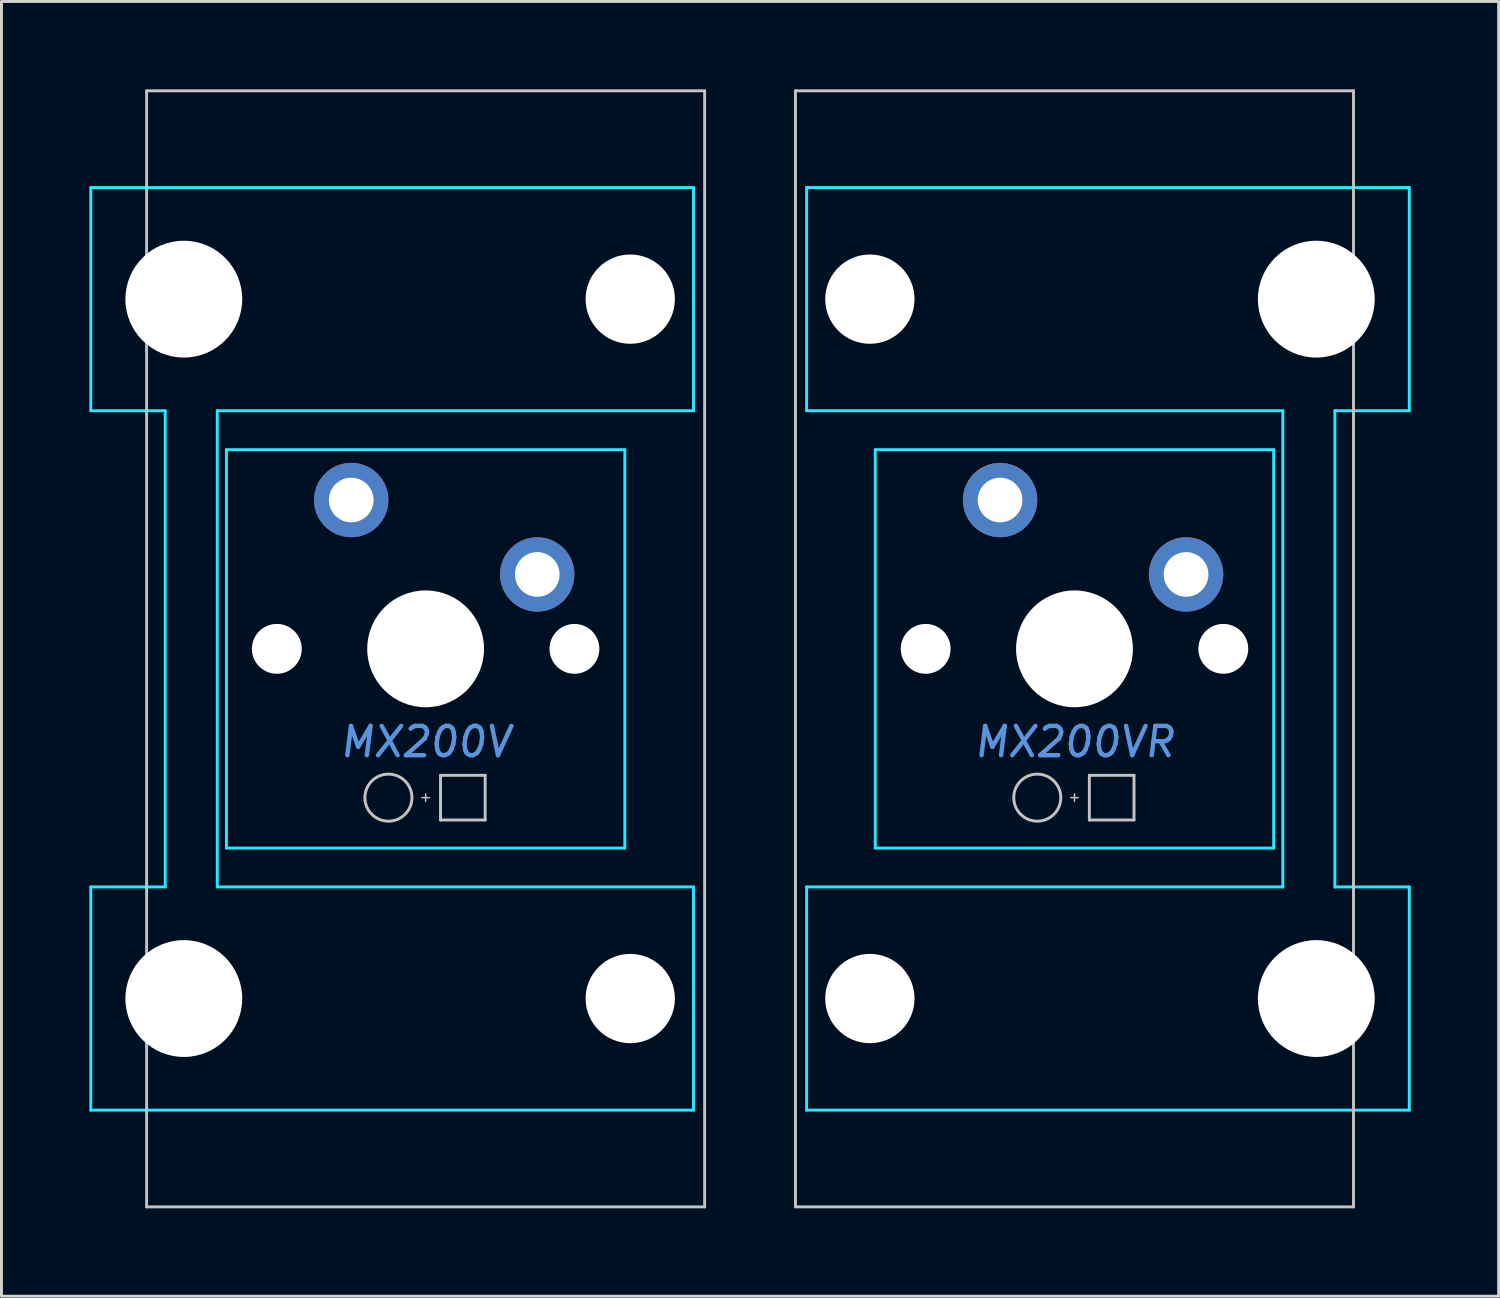
<source format=kicad_pcb>
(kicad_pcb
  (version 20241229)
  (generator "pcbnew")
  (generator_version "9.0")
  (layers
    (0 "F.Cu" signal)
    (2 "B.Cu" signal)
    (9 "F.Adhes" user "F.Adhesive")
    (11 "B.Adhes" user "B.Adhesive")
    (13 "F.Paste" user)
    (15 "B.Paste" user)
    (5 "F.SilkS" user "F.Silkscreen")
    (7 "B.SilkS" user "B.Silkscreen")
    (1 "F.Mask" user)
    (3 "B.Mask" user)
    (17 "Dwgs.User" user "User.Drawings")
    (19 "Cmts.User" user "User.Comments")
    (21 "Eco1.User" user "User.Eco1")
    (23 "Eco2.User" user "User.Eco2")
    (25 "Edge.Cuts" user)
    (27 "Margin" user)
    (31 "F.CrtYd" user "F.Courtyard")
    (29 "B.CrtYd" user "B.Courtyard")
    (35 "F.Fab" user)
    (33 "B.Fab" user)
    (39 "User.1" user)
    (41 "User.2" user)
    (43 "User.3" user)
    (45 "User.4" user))
  (footprint "MX200VR"
    (layer "F.Cu")
    (at 33.63 19.1)
    (property "Reference" "MX200VR" (at 0 3.175 0) (layer "Cmts.User") (effects (font (size 1 1) (thickness 0.15) (italic yes))))
    (attr through_hole)
    (fp_line (start -9.525 -19.05) (end -9.525 19.05) (stroke (width 0.1) (type solid)) (layer "Dwgs.User"))
    (fp_line (start -0.127 5.08) (end 0.127 5.08) (stroke (width 0.05) (type solid)) (layer "Dwgs.User"))
    (fp_line (start 0 5.207) (end 0 4.953) (stroke (width 0.05) (type solid)) (layer "Dwgs.User"))
    (fp_line (start 0.508 4.318) (end 0.508 5.842) (stroke (width 0.1) (type solid)) (layer "Dwgs.User"))
    (fp_line (start 0.508 4.318) (end 2.032 4.318) (stroke (width 0.1) (type solid)) (layer "Dwgs.User"))
    (fp_line (start 0.508 5.842) (end 2.032 5.842) (stroke (width 0.1) (type solid)) (layer "Dwgs.User"))
    (fp_line (start 2.032 5.842) (end 2.032 4.318) (stroke (width 0.1) (type solid)) (layer "Dwgs.User"))
    (fp_line (start 9.525 -19.05) (end -9.525 -19.05) (stroke (width 0.1) (type solid)) (layer "Dwgs.User"))
    (fp_line (start 9.525 -19.05) (end 9.525 19.05) (stroke (width 0.1) (type solid)) (layer "Dwgs.User"))
    (fp_line (start 9.525 19.05) (end -9.525 19.05) (stroke (width 0.1) (type solid)) (layer "Dwgs.User"))
    (fp_circle (center -1.27 5.08) (end -0.467 5.08) (stroke (width 0.1) (type solid)) (fill no) (layer "Dwgs.User"))
    (fp_line (start -7 -6.5) (end -7 6.5) (stroke (width 0.1) (type solid)) (layer "Eco1.User"))
    (fp_line (start -6.5 7) (end 6.5 7) (stroke (width 0.1) (type solid)) (layer "Eco1.User"))
    (fp_line (start -5.985 -8.938) (end -5.985 -14.938) (stroke (width 0.1) (type solid)) (layer "Eco1.User"))
    (fp_line (start -5.985 14.938) (end -5.985 8.938) (stroke (width 0.1) (type solid)) (layer "Eco1.User"))
    (fp_line (start -5.485 -8.438) (end 8.515 -8.438) (stroke (width 0.1) (type solid)) (layer "Eco1.User"))
    (fp_line (start -5.485 15.438) (end 8.515 15.438) (stroke (width 0.1) (type solid)) (layer "Eco1.User"))
    (fp_line (start 6.5 -7) (end -6.5 -7) (stroke (width 0.1) (type solid)) (layer "Eco1.User"))
    (fp_line (start 7 6.5) (end 7 -6.5) (stroke (width 0.1) (type solid)) (layer "Eco1.User"))
    (fp_line (start 8.515 -15.438) (end -5.485 -15.438) (stroke (width 0.1) (type solid)) (layer "Eco1.User"))
    (fp_line (start 8.515 8.438) (end -5.485 8.438) (stroke (width 0.1) (type solid)) (layer "Eco1.User"))
    (fp_line (start 9.015 -14.938) (end 9.015 -8.938) (stroke (width 0.1) (type solid)) (layer "Eco1.User"))
    (fp_line (start 9.015 8.938) (end 9.015 14.938) (stroke (width 0.1) (type solid)) (layer "Eco1.User"))
    (fp_arc (start -7 -6.5) (mid -6.853553 -6.853553) (end -6.5 -7) (stroke (width 0.1) (type solid)) (layer "Eco1.User"))
    (fp_arc (start -6.5 7) (mid -6.853553 6.853553) (end -7 6.5) (stroke (width 0.1) (type solid)) (layer "Eco1.User"))
    (fp_arc (start -5.985 -14.938) (mid -5.838553 -15.291553) (end -5.485 -15.438) (stroke (width 0.1) (type solid)) (layer "Eco1.User"))
    (fp_arc (start -5.985 8.938) (mid -5.838553 8.584447) (end -5.485 8.438) (stroke (width 0.1) (type solid)) (layer "Eco1.User"))
    (fp_arc (start -5.485 -8.438) (mid -5.838553 -8.584447) (end -5.985 -8.938) (stroke (width 0.1) (type solid)) (layer "Eco1.User"))
    (fp_arc (start -5.485 15.438) (mid -5.838553 15.291553) (end -5.985 14.938) (stroke (width 0.1) (type solid)) (layer "Eco1.User"))
    (fp_arc (start 6.5 -7) (mid 6.853553 -6.853553) (end 7 -6.5) (stroke (width 0.1) (type solid)) (layer "Eco1.User"))
    (fp_arc (start 7 6.5) (mid 6.853553 6.853553) (end 6.5 7) (stroke (width 0.1) (type solid)) (layer "Eco1.User"))
    (fp_arc (start 8.515 -15.438) (mid 8.868553 -15.291553) (end 9.015 -14.938) (stroke (width 0.1) (type solid)) (layer "Eco1.User"))
    (fp_arc (start 8.515 8.438) (mid 8.868553 8.584447) (end 9.015 8.938) (stroke (width 0.1) (type solid)) (layer "Eco1.User"))
    (fp_arc (start 9.015 -8.938) (mid 8.868553 -8.584447) (end 8.515 -8.438) (stroke (width 0.1) (type solid)) (layer "Eco1.User"))
    (fp_arc (start 9.015 14.938) (mid 8.868553 15.291553) (end 8.515 15.438) (stroke (width 0.1) (type solid)) (layer "Eco1.User"))
    (fp_line (start -9.144 -15.748) (end 11.43 -15.748) (stroke (width 0.1) (type solid)) (layer "B.CrtYd"))
    (fp_line (start -9.144 -8.128) (end -9.144 -15.748) (stroke (width 0.1) (type solid)) (layer "B.CrtYd"))
    (fp_line (start -9.144 -8.128) (end 7.112 -8.128) (stroke (width 0.1) (type solid)) (layer "B.CrtYd"))
    (fp_line (start -9.144 8.128) (end 7.112 8.128) (stroke (width 0.1) (type solid)) (layer "B.CrtYd"))
    (fp_line (start -9.144 15.748) (end -9.144 8.128) (stroke (width 0.1) (type solid)) (layer "B.CrtYd"))
    (fp_line (start -6.8 6.8) (end -6.8 -6.8) (stroke (width 0.1) (type solid)) (layer "B.CrtYd"))
    (fp_line (start 6.8 -6.8) (end -6.8 -6.8) (stroke (width 0.1) (type solid)) (layer "B.CrtYd"))
    (fp_line (start 6.8 6.8) (end -6.8 6.8) (stroke (width 0.1) (type solid)) (layer "B.CrtYd"))
    (fp_line (start 6.8 6.8) (end 6.8 -6.8) (stroke (width 0.1) (type solid)) (layer "B.CrtYd"))
    (fp_line (start 7.112 8.128) (end 7.112 -8.128) (stroke (width 0.1) (type solid)) (layer "B.CrtYd"))
    (fp_line (start 8.89 8.128) (end 8.89 -8.128) (stroke (width 0.1) (type solid)) (layer "B.CrtYd"))
    (fp_line (start 11.43 -15.748) (end 11.43 -8.128) (stroke (width 0.1) (type solid)) (layer "B.CrtYd"))
    (fp_line (start 11.43 -8.128) (end 8.89 -8.128) (stroke (width 0.1) (type solid)) (layer "B.CrtYd"))
    (fp_line (start 11.43 8.128) (end 8.89 8.128) (stroke (width 0.1) (type solid)) (layer "B.CrtYd"))
    (fp_line (start 11.43 8.128) (end 11.43 15.748) (stroke (width 0.1) (type solid)) (layer "B.CrtYd"))
    (fp_line (start 11.43 15.748) (end -9.144 15.748) (stroke (width 0.1) (type solid)) (layer "B.CrtYd"))
    (pad "" np_thru_hole circle (at -6.985 -11.938 90) (size 3.048 3.048) (drill 3.048) (layers "*.Cu" "*.Mask"))
    (pad "" np_thru_hole circle (at -6.985 11.938 90) (size 3.048 3.048) (drill 3.048) (layers "*.Cu" "*.Mask"))
    (pad "" np_thru_hole circle (at -5.08 0) (size 1.702 1.702) (drill 1.702) (layers "*.Cu" "*.Mask"))
    (pad "" np_thru_hole circle (at 0 0) (size 3.988 3.988) (drill 3.988) (layers "*.Cu" "*.Mask"))
    (pad "" np_thru_hole circle (at 5.08 0) (size 1.702 1.702) (drill 1.702) (layers "*.Cu" "*.Mask"))
    (pad "" np_thru_hole circle (at 8.255 -11.938 90) (size 3.988 3.988) (drill 3.988) (layers "*.Cu" "*.Mask"))
    (pad "" np_thru_hole circle (at 8.255 11.938 90) (size 3.988 3.988) (drill 3.988) (layers "*.Cu" "*.Mask"))
    (pad "1" thru_hole circle (at -2.54 -5.08) (size 2.54 2.54) (drill 1.524) (layers "*.Cu" "*.Mask"))
    (pad "2" thru_hole circle (at 3.81 -2.54) (size 2.54 2.54) (drill 1.524) (layers "*.Cu" "*.Mask")))
  (footprint "MX200V"
    (layer "F.Cu")
    (at 11.48 19.1)
    (property "Reference" "MX200V" (at 0 3.175 0) (layer "Cmts.User") (effects (font (size 1 1) (thickness 0.15) (italic yes))))
    (attr through_hole)
    (fp_line (start -9.525 -19.05) (end -9.525 19.05) (stroke (width 0.1) (type solid)) (layer "Dwgs.User"))
    (fp_line (start -0.127 5.08) (end 0.127 5.08) (stroke (width 0.05) (type solid)) (layer "Dwgs.User"))
    (fp_line (start 0 5.207) (end 0 4.953) (stroke (width 0.05) (type solid)) (layer "Dwgs.User"))
    (fp_line (start 0.508 4.318) (end 0.508 5.842) (stroke (width 0.1) (type solid)) (layer "Dwgs.User"))
    (fp_line (start 0.508 4.318) (end 2.032 4.318) (stroke (width 0.1) (type solid)) (layer "Dwgs.User"))
    (fp_line (start 0.508 5.842) (end 2.032 5.842) (stroke (width 0.1) (type solid)) (layer "Dwgs.User"))
    (fp_line (start 2.032 5.842) (end 2.032 4.318) (stroke (width 0.1) (type solid)) (layer "Dwgs.User"))
    (fp_line (start 9.525 -19.05) (end -9.525 -19.05) (stroke (width 0.1) (type solid)) (layer "Dwgs.User"))
    (fp_line (start 9.525 -19.05) (end 9.525 19.05) (stroke (width 0.1) (type solid)) (layer "Dwgs.User"))
    (fp_line (start 9.525 19.05) (end -9.525 19.05) (stroke (width 0.1) (type solid)) (layer "Dwgs.User"))
    (fp_circle (center -1.27 5.08) (end -0.467 5.08) (stroke (width 0.1) (type solid)) (fill no) (layer "Dwgs.User"))
    (fp_line (start -9.015 -8.938) (end -9.015 -14.938) (stroke (width 0.1) (type solid)) (layer "Eco1.User"))
    (fp_line (start -9.015 14.938) (end -9.015 8.938) (stroke (width 0.1) (type solid)) (layer "Eco1.User"))
    (fp_line (start -8.515 -8.438) (end 5.485 -8.438) (stroke (width 0.1) (type solid)) (layer "Eco1.User"))
    (fp_line (start -8.515 15.438) (end 5.485 15.438) (stroke (width 0.1) (type solid)) (layer "Eco1.User"))
    (fp_line (start -7 -6.5) (end -7 6.5) (stroke (width 0.1) (type solid)) (layer "Eco1.User"))
    (fp_line (start -6.5 7) (end 6.5 7) (stroke (width 0.1) (type solid)) (layer "Eco1.User"))
    (fp_line (start 5.485 -15.438) (end -8.515 -15.438) (stroke (width 0.1) (type solid)) (layer "Eco1.User"))
    (fp_line (start 5.485 8.438) (end -8.515 8.438) (stroke (width 0.1) (type solid)) (layer "Eco1.User"))
    (fp_line (start 5.985 -14.938) (end 5.985 -8.938) (stroke (width 0.1) (type solid)) (layer "Eco1.User"))
    (fp_line (start 5.985 8.938) (end 5.985 14.938) (stroke (width 0.1) (type solid)) (layer "Eco1.User"))
    (fp_line (start 6.5 -7) (end -6.5 -7) (stroke (width 0.1) (type solid)) (layer "Eco1.User"))
    (fp_line (start 7 6.5) (end 7 -6.5) (stroke (width 0.1) (type solid)) (layer "Eco1.User"))
    (fp_arc (start -9.015 -14.938) (mid -8.868553 -15.291553) (end -8.515 -15.438) (stroke (width 0.1) (type solid)) (layer "Eco1.User"))
    (fp_arc (start -9.015 8.938) (mid -8.868553 8.584447) (end -8.515 8.438) (stroke (width 0.1) (type solid)) (layer "Eco1.User"))
    (fp_arc (start -8.515 -8.438) (mid -8.868553 -8.584447) (end -9.015 -8.938) (stroke (width 0.1) (type solid)) (layer "Eco1.User"))
    (fp_arc (start -8.515 15.438) (mid -8.868553 15.291553) (end -9.015 14.938) (stroke (width 0.1) (type solid)) (layer "Eco1.User"))
    (fp_arc (start -7 -6.5) (mid -6.853553 -6.853553) (end -6.5 -7) (stroke (width 0.1) (type solid)) (layer "Eco1.User"))
    (fp_arc (start -6.5 7) (mid -6.853553 6.853553) (end -7 6.5) (stroke (width 0.1) (type solid)) (layer "Eco1.User"))
    (fp_arc (start 5.485 -15.438) (mid 5.838553 -15.291553) (end 5.985 -14.938) (stroke (width 0.1) (type solid)) (layer "Eco1.User"))
    (fp_arc (start 5.485 8.438) (mid 5.838553 8.584447) (end 5.985 8.938) (stroke (width 0.1) (type solid)) (layer "Eco1.User"))
    (fp_arc (start 5.985 -8.938) (mid 5.838553 -8.584447) (end 5.485 -8.438) (stroke (width 0.1) (type solid)) (layer "Eco1.User"))
    (fp_arc (start 5.985 14.938) (mid 5.838553 15.291553) (end 5.485 15.438) (stroke (width 0.1) (type solid)) (layer "Eco1.User"))
    (fp_arc (start 6.5 -7) (mid 6.853553 -6.853553) (end 7 -6.5) (stroke (width 0.1) (type solid)) (layer "Eco1.User"))
    (fp_arc (start 7 6.5) (mid 6.853553 6.853553) (end 6.5 7) (stroke (width 0.1) (type solid)) (layer "Eco1.User"))
    (fp_line (start -11.43 -15.748) (end 9.144 -15.748) (stroke (width 0.1) (type solid)) (layer "B.CrtYd"))
    (fp_line (start -11.43 -8.128) (end -11.43 -15.748) (stroke (width 0.1) (type solid)) (layer "B.CrtYd"))
    (fp_line (start -11.43 -8.128) (end -8.89 -8.128) (stroke (width 0.1) (type solid)) (layer "B.CrtYd"))
    (fp_line (start -11.43 8.128) (end -8.89 8.128) (stroke (width 0.1) (type solid)) (layer "B.CrtYd"))
    (fp_line (start -11.43 15.748) (end -11.43 8.128) (stroke (width 0.1) (type solid)) (layer "B.CrtYd"))
    (fp_line (start -8.89 -8.128) (end -8.89 8.128) (stroke (width 0.1) (type solid)) (layer "B.CrtYd"))
    (fp_line (start -7.112 -8.128) (end -7.112 8.128) (stroke (width 0.1) (type solid)) (layer "B.CrtYd"))
    (fp_line (start -6.8 6.8) (end -6.8 -6.8) (stroke (width 0.1) (type solid)) (layer "B.CrtYd"))
    (fp_line (start 6.8 -6.8) (end -6.8 -6.8) (stroke (width 0.1) (type solid)) (layer "B.CrtYd"))
    (fp_line (start 6.8 6.8) (end -6.8 6.8) (stroke (width 0.1) (type solid)) (layer "B.CrtYd"))
    (fp_line (start 6.8 6.8) (end 6.8 -6.8) (stroke (width 0.1) (type solid)) (layer "B.CrtYd"))
    (fp_line (start 9.144 -15.748) (end 9.144 -8.128) (stroke (width 0.1) (type solid)) (layer "B.CrtYd"))
    (fp_line (start 9.144 -8.128) (end -7.112 -8.128) (stroke (width 0.1) (type solid)) (layer "B.CrtYd"))
    (fp_line (start 9.144 8.128) (end -7.112 8.128) (stroke (width 0.1) (type solid)) (layer "B.CrtYd"))
    (fp_line (start 9.144 8.128) (end 9.144 15.748) (stroke (width 0.1) (type solid)) (layer "B.CrtYd"))
    (fp_line (start 9.144 15.748) (end -11.43 15.748) (stroke (width 0.1) (type solid)) (layer "B.CrtYd"))
    (pad "" np_thru_hole circle (at -8.255 -11.938 270) (size 3.988 3.988) (drill 3.988) (layers "*.Cu" "*.Mask"))
    (pad "" np_thru_hole circle (at -8.255 11.938 270) (size 3.988 3.988) (drill 3.988) (layers "*.Cu" "*.Mask"))
    (pad "" np_thru_hole circle (at -5.08 0) (size 1.702 1.702) (drill 1.702) (layers "*.Cu" "*.Mask"))
    (pad "" np_thru_hole circle (at 0 0) (size 3.988 3.988) (drill 3.988) (layers "*.Cu" "*.Mask"))
    (pad "" np_thru_hole circle (at 5.08 0) (size 1.702 1.702) (drill 1.702) (layers "*.Cu" "*.Mask"))
    (pad "" np_thru_hole circle (at 6.985 -11.938 270) (size 3.048 3.048) (drill 3.048) (layers "*.Cu" "*.Mask"))
    (pad "" np_thru_hole circle (at 6.985 11.938 270) (size 3.048 3.048) (drill 3.048) (layers "*.Cu" "*.Mask"))
    (pad "1" thru_hole circle (at -2.54 -5.08) (size 2.54 2.54) (drill 1.524) (layers "*.Cu" "*.Mask"))
    (pad "2" thru_hole circle (at 3.81 -2.54) (size 2.54 2.54) (drill 1.524) (layers "*.Cu" "*.Mask")))
  (gr_rect
    (start -3 -3)
    (end 48.11 41.2)
    (stroke (width 0.1) (type default))
    (fill no)
    (layer "Edge.Cuts")))
</source>
